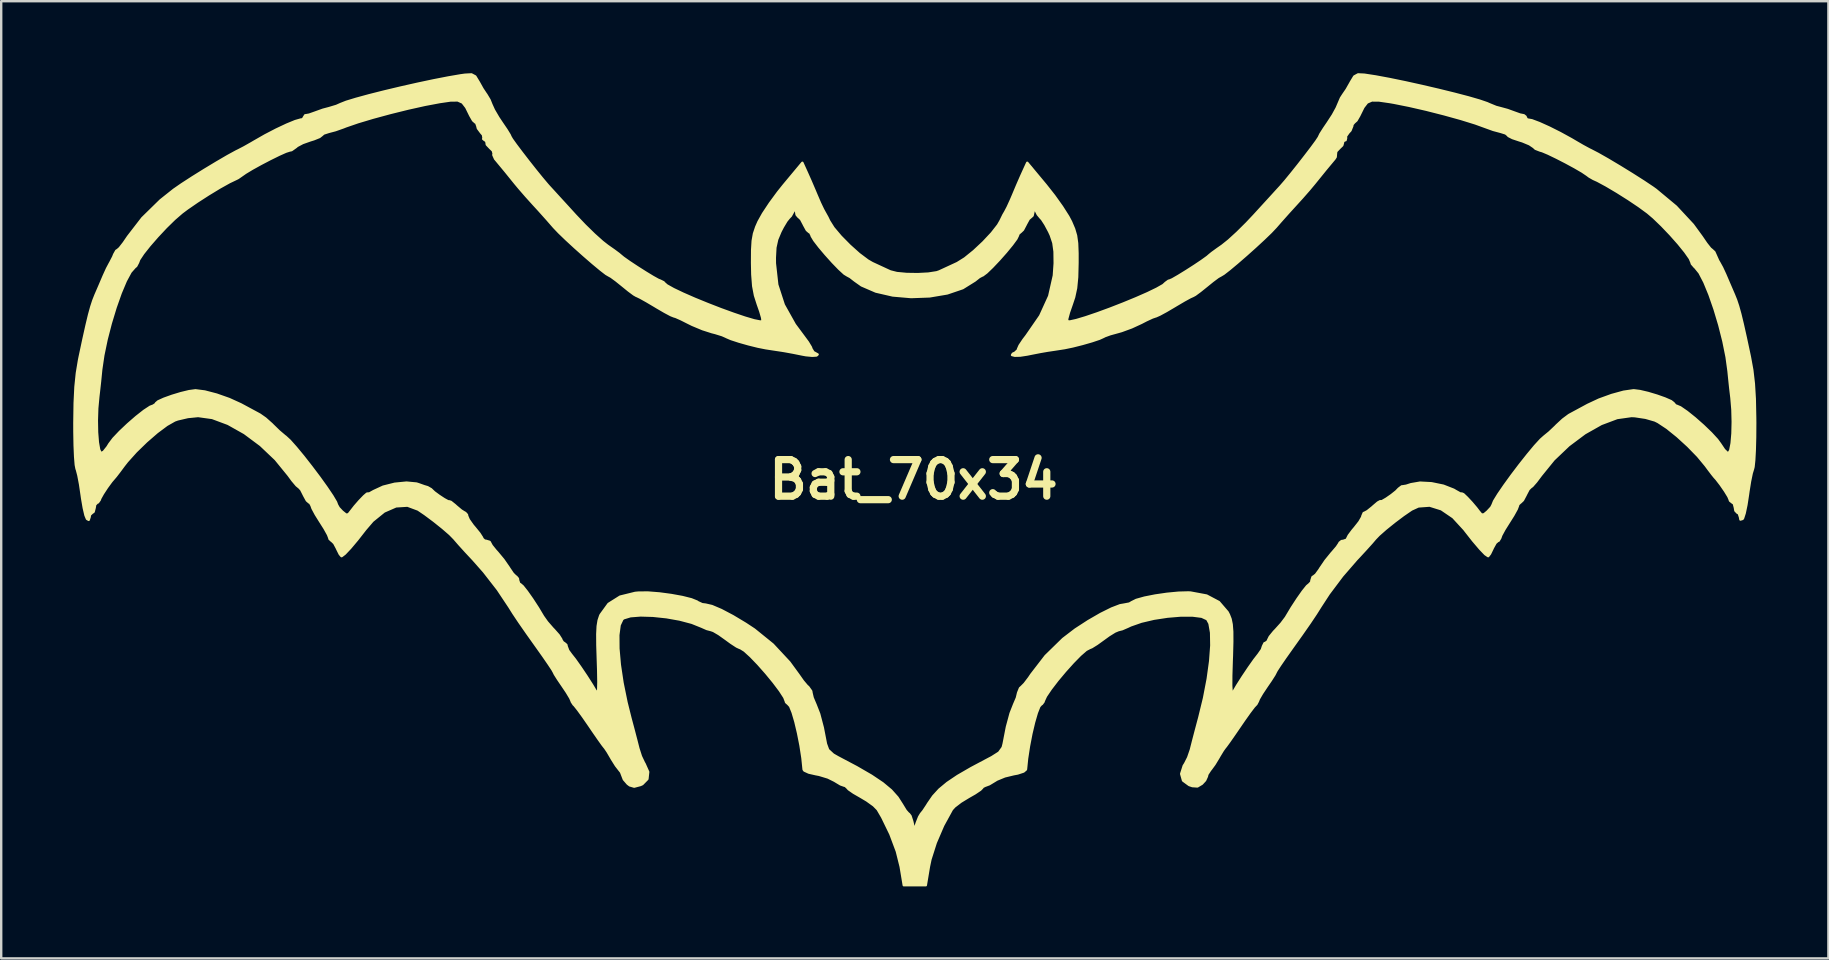
<source format=kicad_pcb>
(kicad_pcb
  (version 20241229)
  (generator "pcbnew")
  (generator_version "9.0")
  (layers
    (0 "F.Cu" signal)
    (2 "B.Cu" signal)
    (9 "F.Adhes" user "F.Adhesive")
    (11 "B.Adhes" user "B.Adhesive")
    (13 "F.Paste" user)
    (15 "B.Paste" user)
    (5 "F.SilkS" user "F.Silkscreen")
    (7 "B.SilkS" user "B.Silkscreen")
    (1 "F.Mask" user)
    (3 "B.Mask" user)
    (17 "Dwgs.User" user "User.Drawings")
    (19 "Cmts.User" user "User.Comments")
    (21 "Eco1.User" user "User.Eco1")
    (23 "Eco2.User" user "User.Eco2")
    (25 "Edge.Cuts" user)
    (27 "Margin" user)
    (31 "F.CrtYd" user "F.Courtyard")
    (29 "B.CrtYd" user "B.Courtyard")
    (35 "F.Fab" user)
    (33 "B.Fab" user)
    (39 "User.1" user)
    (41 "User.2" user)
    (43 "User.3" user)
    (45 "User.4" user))
  (footprint "Bat_70x34"
    (layer "F.Cu")
    (at 35.009 16.932)
    (property "Reference" "Bat_70x34" (at 0 0 0) (layer "F.SilkS") (effects (font (size 1.524 1.524) (thickness 0.3))))
    (attr exclude_from_pos_files exclude_from_bom)
    (fp_circle (center -34.4 1.2) (end -34.3 1.2) (stroke (width 0.15) (type solid)) (fill no) (layer "F.SilkS"))
    (fp_circle (center -32.6 -9.6) (end -32.6 -9.8) (stroke (width 0.15) (type solid)) (fill no) (layer "F.SilkS"))
    (fp_circle (center -30.1 -3.5) (end -30 -3.4) (stroke (width 0.15) (type solid)) (fill no) (layer "F.SilkS"))
    (fp_circle (center -23.8 2.9) (end -23.8 2.8) (stroke (width 0.15) (type solid)) (fill no) (layer "F.SilkS"))
    (fp_circle (center -21 0.4) (end -21.1 0.5) (stroke (width 0.15) (type solid)) (fill no) (layer "F.SilkS"))
    (fp_circle (center -18.6 -16.6) (end -18.7 -16.5) (stroke (width 0.15) (type solid)) (fill no) (layer "F.SilkS"))
    (fp_circle (center -12.5 5.4) (end -12.3 5.4) (stroke (width 0.15) (type solid)) (fill no) (layer "F.SilkS"))
    (fp_circle (center -11.6 12.4) (end -11.6 12.3) (stroke (width 0.15) (type solid)) (fill no) (layer "F.SilkS"))
    (fp_circle (center -4.7 -12.7) (end -4.7 -12.6) (stroke (width 0.15) (type solid)) (fill no) (layer "F.SilkS"))
    (fp_circle (center -4.7 -5.5) (end -4.8 -5.6) (stroke (width 0.15) (type solid)) (fill no) (layer "F.SilkS"))
    (fp_circle (center -4.2 11.7) (end -4.1 11.8) (stroke (width 0.15) (type solid)) (fill no) (layer "F.SilkS"))
    (fp_circle (center 0.1 -7.8) (end 0.1 -7.9) (stroke (width 0.15) (type solid)) (fill no) (layer "F.SilkS"))
    (fp_circle (center 0.1 16.5) (end 0 16.4) (stroke (width 0.15) (type solid)) (fill no) (layer "F.SilkS"))
    (fp_circle (center 4.3 11.7) (end 4.1 11.6) (stroke (width 0.15) (type solid)) (fill no) (layer "F.SilkS"))
    (fp_circle (center 4.5 -5.4) (end 4.6 -5.4) (stroke (width 0.15) (type solid)) (fill no) (layer "F.SilkS"))
    (fp_circle (center 4.8 -12.9) (end 4.8 -12.8) (stroke (width 0.15) (type solid)) (fill no) (layer "F.SilkS"))
    (fp_circle (center 11.8 12.2) (end 11.7 12) (stroke (width 0.15) (type solid)) (fill no) (layer "F.SilkS"))
    (fp_circle (center 12.6 5.6) (end 12.4 5.6) (stroke (width 0.15) (type solid)) (fill no) (layer "F.SilkS"))
    (fp_circle (center 18.6 -16.6) (end 18.6 -16.5) (stroke (width 0.15) (type solid)) (fill no) (layer "F.SilkS"))
    (fp_circle (center 21.3 0.4) (end 21.3 0.5) (stroke (width 0.15) (type solid)) (fill no) (layer "F.SilkS"))
    (fp_circle (center 23.7 2.1) (end 23.9 2.2) (stroke (width 0.15) (type solid)) (fill no) (layer "F.SilkS"))
    (fp_circle (center 30 -3.3) (end 30 -3.1) (stroke (width 0.15) (type solid)) (fill no) (layer "F.SilkS"))
    (fp_circle (center 31.8 -10.7) (end 32 -10.7) (stroke (width 0.15) (type solid)) (fill no) (layer "F.SilkS"))
    (fp_circle (center 34.5 1.2) (end 34.4 1.2) (stroke (width 0.15) (type solid)) (fill no) (layer "F.SilkS"))
    (fp_poly (pts (xy 35.066 -2.363) (xy 35.062 -1.767) (xy 35.048 -1.236) (xy 35.025 -0.811) (xy 34.996 -0.532) (xy 34.976 -0.45) (xy 34.919 -0.263) (xy 34.85 0.073) (xy 34.783 0.494) (xy 34.764 0.631) (xy 34.699 1.054) (xy 34.627 1.398) (xy 34.56 1.606) (xy 34.541 1.636) (xy 34.452 1.663) (xy 34.433 1.562) (xy 34.382 1.408) (xy 34.327 1.382) (xy 34.241 1.293) (xy 34.221 1.169) (xy 34.176 0.996) (xy 34.131 0.967) (xy 34.131 -2.407) (xy 34.118 -2.915) (xy 34.077 -3.404) (xy 34.071 -3.454) (xy 34.029 -3.806) (xy 33.983 -4.247) (xy 33.956 -4.517) (xy 33.875 -5.109) (xy 33.743 -5.763) (xy 33.572 -6.439) (xy 33.374 -7.101) (xy 33.162 -7.71) (xy 32.949 -8.228) (xy 32.746 -8.618) (xy 32.566 -8.84) (xy 32.547 -8.853) (xy 32.426 -8.993) (xy 32.414 -9.044) (xy 32.343 -9.211) (xy 32.15 -9.487) (xy 31.87 -9.833) (xy 31.534 -10.212) (xy 31.177 -10.586) (xy 30.832 -10.918) (xy 30.589 -11.125) (xy 30.23 -11.388) (xy 29.785 -11.687) (xy 29.311 -11.986) (xy 28.862 -12.252) (xy 28.494 -12.451) (xy 28.323 -12.528) (xy 28.154 -12.625) (xy 28.057 -12.698) (xy 27.86 -12.831) (xy 27.547 -13.013) (xy 27.171 -13.217) (xy 26.785 -13.415) (xy 26.441 -13.581) (xy 26.192 -13.686) (xy 26.104 -13.71) (xy 25.914 -13.784) (xy 25.836 -13.856) (xy 25.664 -13.972) (xy 25.374 -14.093) (xy 25.239 -14.135) (xy 24.957 -14.229) (xy 24.786 -14.316) (xy 24.762 -14.348) (xy 24.671 -14.423) (xy 24.47 -14.486) (xy 24.15 -14.572) (xy 23.859 -14.677) (xy 23.407 -14.841) (xy 22.804 -15.028) (xy 22.104 -15.222) (xy 21.366 -15.41) (xy 20.646 -15.575) (xy 20.001 -15.704) (xy 19.844 -15.731) (xy 19.393 -15.796) (xy 19.096 -15.798) (xy 18.897 -15.712) (xy 18.743 -15.513) (xy 18.577 -15.177) (xy 18.575 -15.171) (xy 18.456 -14.964) (xy 18.36 -14.879) (xy 18.287 -14.793) (xy 18.279 -14.732) (xy 18.205 -14.546) (xy 18.121 -14.455) (xy 18.016 -14.305) (xy 18.021 -14.229) (xy 18 -14.141) (xy 17.961 -14.135) (xy 17.884 -14.079) (xy 17.896 -14.048) (xy 17.863 -13.927) (xy 17.748 -13.816) (xy 17.612 -13.673) (xy 17.6 -13.585) (xy 17.588 -13.442) (xy 17.539 -13.366) (xy 17.174 -12.928) (xy 16.775 -12.435) (xy 16.707 -12.351) (xy 16.482 -12.081) (xy 16.184 -11.741) (xy 15.946 -11.479) (xy 15.62 -11.121) (xy 15.287 -10.747) (xy 15.091 -10.522) (xy 14.891 -10.31) (xy 14.595 -10.025) (xy 14.239 -9.696) (xy 13.859 -9.356) (xy 13.489 -9.035) (xy 13.166 -8.765) (xy 12.924 -8.577) (xy 12.8 -8.502) (xy 12.797 -8.502) (xy 12.686 -8.439) (xy 12.465 -8.274) (xy 12.222 -8.077) (xy 11.946 -7.855) (xy 11.737 -7.701) (xy 11.647 -7.652) (xy 11.531 -7.6) (xy 11.282 -7.464) (xy 10.952 -7.27) (xy 10.881 -7.227) (xy 10.536 -7.024) (xy 10.26 -6.874) (xy 10.103 -6.804) (xy 10.091 -6.802) (xy 9.953 -6.755) (xy 9.696 -6.636) (xy 9.493 -6.531) (xy 9.09 -6.345) (xy 8.664 -6.189) (xy 8.504 -6.144) (xy 8.193 -6.058) (xy 7.968 -5.976) (xy 7.918 -5.949) (xy 7.744 -5.87) (xy 7.43 -5.765) (xy 7.04 -5.653) (xy 6.641 -5.552) (xy 6.3 -5.481) (xy 6.262 -5.475) (xy 5.9 -5.419) (xy 5.579 -5.371) (xy 5.279 -5.319) (xy 4.896 -5.244) (xy 4.738 -5.212) (xy 4.445 -5.167) (xy 4.22 -5.162) (xy 4.105 -5.191) (xy 4.141 -5.248) (xy 4.224 -5.284) (xy 4.348 -5.4) (xy 4.357 -5.445) (xy 4.419 -5.586) (xy 4.578 -5.825) (xy 4.707 -5.994) (xy 5.278 -6.821) (xy 5.654 -7.645) (xy 5.848 -8.502) (xy 5.883 -9.011) (xy 5.877 -9.5) (xy 5.827 -9.864) (xy 5.719 -10.186) (xy 5.65 -10.335) (xy 5.491 -10.632) (xy 5.353 -10.844) (xy 5.297 -10.904) (xy 5.177 -11.047) (xy 5.101 -11.196) (xy 5.008 -11.425) (xy 5.002 -11.186) (xy 4.961 -10.999) (xy 4.902 -10.946) (xy 4.801 -10.859) (xy 4.684 -10.646) (xy 4.676 -10.628) (xy 4.56 -10.408) (xy 4.456 -10.309) (xy 4.451 -10.309) (xy 4.362 -10.224) (xy 4.354 -10.176) (xy 4.285 -10.034) (xy 4.104 -9.788) (xy 3.852 -9.481) (xy 3.565 -9.157) (xy 3.283 -8.859) (xy 3.044 -8.629) (xy 2.885 -8.51) (xy 2.859 -8.502) (xy 2.742 -8.44) (xy 2.554 -8.292) (xy 2.05 -7.978) (xy 1.406 -7.759) (xy 0.672 -7.635) (xy -0.102 -7.607) (xy -0.866 -7.673) (xy -1.57 -7.835) (xy -2.164 -8.092) (xy -2.447 -8.292) (xy -2.638 -8.441) (xy -2.753 -8.502) (xy -2.879 -8.579) (xy -3.098 -8.78) (xy -3.371 -9.062) (xy -3.66 -9.383) (xy -3.927 -9.699) (xy -4.134 -9.968) (xy -4.241 -10.146) (xy -4.248 -10.176) (xy -4.31 -10.3) (xy -4.344 -10.309) (xy -4.445 -10.397) (xy -4.562 -10.61) (xy -4.57 -10.628) (xy -4.686 -10.847) (xy -4.79 -10.946) (xy -4.795 -10.946) (xy -4.871 -11.037) (xy -4.895 -11.186) (xy -4.902 -11.425) (xy -4.994 -11.196) (xy -5.11 -10.988) (xy -5.191 -10.904) (xy -5.294 -10.777) (xy -5.445 -10.525) (xy -5.544 -10.335) (xy -5.682 -10.004) (xy -5.756 -9.668) (xy -5.779 -9.244) (xy -5.777 -9.011) (xy -5.678 -8.12) (xy -5.406 -7.282) (xy -4.946 -6.46) (xy -4.6 -5.994) (xy -4.402 -5.726) (xy -4.276 -5.517) (xy -4.251 -5.445) (xy -4.167 -5.309) (xy -4.118 -5.284) (xy -3.995 -5.215) (xy -4.042 -5.172) (xy -4.219 -5.16) (xy -4.484 -5.185) (xy -4.632 -5.212) (xy -5.013 -5.289) (xy -5.364 -5.353) (xy -5.473 -5.371) (xy -5.817 -5.423) (xy -6.156 -5.475) (xy -6.484 -5.54) (xy -6.879 -5.638) (xy -7.274 -5.75) (xy -7.603 -5.857) (xy -7.799 -5.941) (xy -7.811 -5.949) (xy -7.973 -6.02) (xy -8.257 -6.108) (xy -8.398 -6.144) (xy -8.789 -6.269) (xy -9.22 -6.449) (xy -9.386 -6.531) (xy -9.686 -6.682) (xy -9.91 -6.781) (xy -9.985 -6.802) (xy -10.113 -6.853) (xy -10.37 -6.99) (xy -10.705 -7.185) (xy -10.774 -7.227) (xy -11.115 -7.429) (xy -11.384 -7.579) (xy -11.53 -7.65) (xy -11.541 -7.652) (xy -11.651 -7.715) (xy -11.872 -7.879) (xy -12.115 -8.077) (xy -12.391 -8.299) (xy -12.601 -8.453) (xy -12.691 -8.502) (xy -12.808 -8.57) (xy -13.044 -8.753) (xy -13.364 -9.019) (xy -13.732 -9.338) (xy -14.113 -9.678) (xy -14.471 -10.008) (xy -14.771 -10.297) (xy -14.977 -10.513) (xy -14.985 -10.522) (xy -15.268 -10.846) (xy -15.608 -11.226) (xy -15.84 -11.479) (xy -16.143 -11.815) (xy -16.431 -12.147) (xy -16.601 -12.351) (xy -16.997 -12.841) (xy -17.375 -13.297) (xy -17.433 -13.366) (xy -17.505 -13.527) (xy -17.494 -13.585) (xy -17.526 -13.705) (xy -17.642 -13.816) (xy -17.778 -13.96) (xy -17.789 -14.048) (xy -17.816 -14.129) (xy -17.854 -14.135) (xy -17.928 -14.195) (xy -17.915 -14.229) (xy -17.936 -14.364) (xy -18.015 -14.455) (xy -18.149 -14.635) (xy -18.173 -14.732) (xy -18.22 -14.865) (xy -18.254 -14.879) (xy -18.35 -14.965) (xy -18.468 -15.171) (xy -18.634 -15.509) (xy -18.789 -15.71) (xy -18.986 -15.798) (xy -19.281 -15.797) (xy -19.729 -15.732) (xy -19.737 -15.731) (xy -20.352 -15.615) (xy -21.057 -15.458) (xy -21.796 -15.275) (xy -22.512 -15.081) (xy -23.147 -14.891) (xy -23.647 -14.719) (xy -23.753 -14.677) (xy -24.084 -14.56) (xy -24.364 -14.486) (xy -24.575 -14.418) (xy -24.656 -14.348) (xy -24.749 -14.275) (xy -24.983 -14.181) (xy -25.132 -14.135) (xy -25.446 -14.024) (xy -25.678 -13.901) (xy -25.73 -13.856) (xy -25.911 -13.728) (xy -25.998 -13.71) (xy -26.151 -13.661) (xy -26.435 -13.534) (xy -26.798 -13.355) (xy -27.187 -13.152) (xy -27.549 -12.952) (xy -27.831 -12.782) (xy -27.951 -12.698) (xy -28.139 -12.567) (xy -28.216 -12.528) (xy -28.501 -12.392) (xy -28.904 -12.167) (xy -29.368 -11.885) (xy -29.838 -11.582) (xy -30.259 -11.292) (xy -30.482 -11.125) (xy -30.795 -10.854) (xy -31.145 -10.511) (xy -31.5 -10.132) (xy -31.827 -9.757) (xy -32.092 -9.423) (xy -32.262 -9.167) (xy -32.308 -9.044) (xy -32.386 -8.897) (xy -32.441 -8.853) (xy -32.618 -8.652) (xy -32.819 -8.28) (xy -33.032 -7.774) (xy -33.244 -7.174) (xy -33.444 -6.516) (xy -33.619 -5.839) (xy -33.756 -5.181) (xy -33.844 -4.58) (xy -33.85 -4.517) (xy -33.893 -4.082) (xy -33.94 -3.659) (xy -33.964 -3.454) (xy -34.009 -2.97) (xy -34.025 -2.462) (xy -34.016 -1.974) (xy -33.983 -1.554) (xy -33.93 -1.248) (xy -33.858 -1.103) (xy -33.849 -1.099) (xy -33.738 -1.162) (xy -33.58 -1.36) (xy -33.503 -1.485) (xy -33.335 -1.708) (xy -33.064 -1.994) (xy -32.732 -2.308) (xy -32.383 -2.611) (xy -32.059 -2.866) (xy -31.804 -3.034) (xy -31.676 -3.082) (xy -31.568 -3.153) (xy -31.564 -3.179) (xy -31.47 -3.26) (xy -31.227 -3.37) (xy -30.893 -3.49) (xy -30.527 -3.601) (xy -30.185 -3.684) (xy -29.927 -3.719) (xy -29.911 -3.72) (xy -29.527 -3.671) (xy -29.035 -3.542) (xy -28.51 -3.357) (xy -28.028 -3.138) (xy -27.981 -3.113) (xy -27.643 -2.931) (xy -27.346 -2.771) (xy -27.232 -2.709) (xy -27.001 -2.547) (xy -26.737 -2.312) (xy -26.689 -2.263) (xy -26.435 -2.016) (xy -26.198 -1.815) (xy -26.162 -1.789) (xy -25.984 -1.625) (xy -25.727 -1.336) (xy -25.417 -0.961) (xy -25.084 -0.535) (xy -24.753 -0.096) (xy -24.454 0.321) (xy -24.214 0.677) (xy -24.06 0.937) (xy -24.018 1.052) (xy -23.947 1.178) (xy -23.803 1.331) (xy -23.639 1.462) (xy -23.538 1.443) (xy -23.442 1.321) (xy -23.279 1.112) (xy -23.083 0.887) (xy -22.898 0.695) (xy -22.772 0.585) (xy -22.743 0.581) (xy -22.668 0.576) (xy -22.491 0.477) (xy -22.098 0.295) (xy -21.614 0.173) (xy -21.122 0.125) (xy -20.707 0.164) (xy -20.618 0.192) (xy -20.379 0.277) (xy -20.246 0.316) (xy -20.095 0.403) (xy -20.086 0.414) (xy -19.968 0.526) (xy -19.769 0.673) (xy -19.556 0.813) (xy -19.393 0.902) (xy -19.342 0.906) (xy -19.275 0.927) (xy -19.107 1.061) (xy -19.051 1.112) (xy -18.841 1.288) (xy -18.695 1.378) (xy -18.679 1.382) (xy -18.603 1.466) (xy -18.597 1.514) (xy -18.53 1.67) (xy -18.364 1.905) (xy -18.278 2.007) (xy -18.086 2.243) (xy -17.973 2.419) (xy -17.961 2.459) (xy -17.874 2.54) (xy -17.801 2.551) (xy -17.659 2.594) (xy -17.641 2.63) (xy -17.575 2.751) (xy -17.409 2.957) (xy -17.343 3.029) (xy -17.087 3.337) (xy -16.861 3.663) (xy -16.843 3.693) (xy -16.691 3.917) (xy -16.573 4.034) (xy -16.556 4.038) (xy -16.482 4.125) (xy -16.473 4.198) (xy -16.424 4.339) (xy -16.382 4.357) (xy -16.283 4.441) (xy -16.107 4.663) (xy -15.885 4.978) (xy -15.648 5.342) (xy -15.433 5.702) (xy -15.268 5.935) (xy -15.033 6.205) (xy -14.981 6.258) (xy -14.784 6.48) (xy -14.674 6.653) (xy -14.666 6.687) (xy -14.59 6.797) (xy -14.56 6.802) (xy -14.462 6.886) (xy -14.454 6.941) (xy -14.387 7.12) (xy -14.266 7.286) (xy -14.106 7.489) (xy -13.879 7.81) (xy -13.626 8.186) (xy -13.391 8.554) (xy -13.215 8.85) (xy -13.205 8.869) (xy -13.161 8.891) (xy -13.136 8.75) (xy -13.128 8.434) (xy -13.137 7.928) (xy -13.15 7.535) (xy -13.17 6.9) (xy -13.173 6.437) (xy -13.157 6.105) (xy -13.118 5.865) (xy -13.056 5.677) (xy -13.033 5.627) (xy -12.707 5.178) (xy -12.227 4.876) (xy -11.595 4.72) (xy -11.439 4.706) (xy -11.054 4.705) (xy -10.587 4.742) (xy -10.094 4.808) (xy -9.631 4.892) (xy -9.254 4.987) (xy -9.018 5.082) (xy -8.986 5.107) (xy -8.804 5.19) (xy -8.66 5.208) (xy -8.399 5.268) (xy -8.009 5.434) (xy -7.529 5.687) (xy -7 6.004) (xy -6.636 6.244) (xy -5.865 6.868) (xy -5.173 7.61) (xy -4.799 8.122) (xy -4.606 8.396) (xy -4.439 8.594) (xy -4.385 8.64) (xy -4.262 8.813) (xy -4.251 8.885) (xy -4.204 9.086) (xy -4.092 9.352) (xy -4.088 9.359) (xy -3.931 9.76) (xy -3.78 10.334) (xy -3.649 11.01) (xy -3.558 11.259) (xy -3.346 11.455) (xy -3.152 11.566) (xy -2.369 11.98) (xy -1.756 12.335) (xy -1.287 12.65) (xy -0.933 12.945) (xy -0.669 13.241) (xy -0.467 13.557) (xy -0.466 13.56) (xy -0.324 13.792) (xy -0.214 13.916) (xy -0.197 13.922) (xy -0.126 14.014) (xy -0.053 14.238) (xy -0.046 14.268) (xy 0.032 14.613) (xy 0.138 14.294) (xy 0.233 14.055) (xy 0.313 13.923) (xy 0.314 13.922) (xy 0.409 13.805) (xy 0.56 13.577) (xy 0.609 13.497) (xy 0.82 13.191) (xy 1.076 12.911) (xy 1.406 12.637) (xy 1.838 12.346) (xy 2.404 12.018) (xy 3.131 11.632) (xy 3.258 11.566) (xy 3.563 11.372) (xy 3.715 11.161) (xy 3.755 11.01) (xy 3.892 10.306) (xy 4.045 9.738) (xy 4.194 9.359) (xy 4.308 9.093) (xy 4.357 8.888) (xy 4.357 8.885) (xy 4.437 8.688) (xy 4.491 8.64) (xy 4.626 8.505) (xy 4.813 8.259) (xy 4.905 8.122) (xy 5.502 7.348) (xy 6.23 6.637) (xy 6.743 6.244) (xy 7.281 5.895) (xy 7.799 5.596) (xy 8.254 5.37) (xy 8.606 5.235) (xy 8.766 5.208) (xy 8.996 5.164) (xy 9.092 5.107) (xy 9.28 5.013) (xy 9.624 4.917) (xy 10.069 4.829) (xy 10.559 4.758) (xy 11.039 4.712) (xy 11.452 4.701) (xy 11.545 4.706) (xy 12.21 4.83) (xy 12.723 5.101) (xy 13.082 5.518) (xy 13.139 5.627) (xy 13.209 5.808) (xy 13.254 6.029) (xy 13.277 6.33) (xy 13.279 6.751) (xy 13.264 7.332) (xy 13.256 7.535) (xy 13.237 8.159) (xy 13.235 8.586) (xy 13.25 8.828) (xy 13.283 8.901) (xy 13.311 8.869) (xy 13.48 8.582) (xy 13.712 8.217) (xy 13.965 7.84) (xy 14.196 7.512) (xy 14.363 7.297) (xy 14.372 7.286) (xy 14.515 7.08) (xy 14.56 6.941) (xy 14.624 6.813) (xy 14.666 6.802) (xy 14.768 6.72) (xy 14.772 6.687) (xy 14.842 6.546) (xy 15.016 6.332) (xy 15.088 6.258) (xy 15.326 5.994) (xy 15.514 5.744) (xy 15.539 5.702) (xy 15.76 5.333) (xy 15.997 4.97) (xy 16.218 4.656) (xy 16.393 4.437) (xy 16.489 4.357) (xy 16.569 4.271) (xy 16.579 4.198) (xy 16.624 4.056) (xy 16.662 4.038) (xy 16.765 3.956) (xy 16.914 3.751) (xy 16.949 3.693) (xy 17.166 3.374) (xy 17.424 3.057) (xy 17.45 3.029) (xy 17.636 2.811) (xy 17.74 2.656) (xy 17.748 2.63) (xy 17.835 2.56) (xy 17.908 2.551) (xy 18.049 2.501) (xy 18.067 2.459) (xy 18.132 2.33) (xy 18.295 2.112) (xy 18.384 2.007) (xy 18.577 1.761) (xy 18.691 1.564) (xy 18.703 1.514) (xy 18.756 1.391) (xy 18.785 1.382) (xy 18.909 1.316) (xy 19.112 1.153) (xy 19.157 1.112) (xy 19.343 0.954) (xy 19.443 0.899) (xy 19.449 0.906) (xy 19.521 0.896) (xy 19.696 0.794) (xy 19.912 0.644) (xy 20.108 0.488) (xy 20.215 0.377) (xy 20.342 0.281) (xy 20.375 0.28) (xy 20.528 0.255) (xy 20.724 0.192) (xy 21.102 0.127) (xy 21.581 0.152) (xy 22.076 0.254) (xy 22.502 0.421) (xy 22.597 0.477) (xy 22.776 0.577) (xy 22.849 0.581) (xy 22.91 0.608) (xy 23.059 0.75) (xy 23.253 0.958) (xy 23.444 1.183) (xy 23.549 1.321) (xy 23.665 1.459) (xy 23.772 1.446) (xy 23.909 1.331) (xy 24.069 1.159) (xy 24.125 1.052) (xy 24.188 0.896) (xy 24.361 0.614) (xy 24.615 0.243) (xy 24.922 -0.181) (xy 25.255 -0.62) (xy 25.587 -1.039) (xy 25.888 -1.401) (xy 26.132 -1.667) (xy 26.269 -1.789) (xy 26.49 -1.97) (xy 26.749 -2.215) (xy 26.795 -2.263) (xy 27.053 -2.502) (xy 27.3 -2.686) (xy 27.339 -2.709) (xy 27.571 -2.834) (xy 27.897 -3.01) (xy 28.087 -3.113) (xy 28.56 -3.334) (xy 29.084 -3.524) (xy 29.584 -3.661) (xy 29.983 -3.719) (xy 30.017 -3.72) (xy 30.265 -3.689) (xy 30.602 -3.61) (xy 30.969 -3.5) (xy 31.308 -3.38) (xy 31.561 -3.269) (xy 31.67 -3.184) (xy 31.67 -3.179) (xy 31.752 -3.086) (xy 31.782 -3.082) (xy 31.95 -3.011) (xy 32.221 -2.824) (xy 32.553 -2.558) (xy 32.902 -2.25) (xy 33.226 -1.938) (xy 33.481 -1.661) (xy 33.609 -1.485) (xy 33.773 -1.241) (xy 33.912 -1.108) (xy 33.955 -1.099) (xy 34.029 -1.224) (xy 34.085 -1.515) (xy 34.12 -1.924) (xy 34.131 -2.407) (xy 34.131 0.967) (xy 34.115 0.956) (xy 34.013 0.875) (xy 34.008 0.843) (xy 33.951 0.708) (xy 33.808 0.474) (xy 33.625 0.209) (xy 33.449 -0.02) (xy 33.371 -0.106) (xy 33.281 -0.217) (xy 33.113 -0.438) (xy 33.005 -0.585) (xy 32.678 -0.98) (xy 32.267 -1.402) (xy 31.821 -1.809) (xy 31.39 -2.156) (xy 31.02 -2.4) (xy 30.889 -2.465) (xy 30.501 -2.577) (xy 30.057 -2.644) (xy 29.911 -2.651) (xy 29.313 -2.567) (xy 28.653 -2.319) (xy 27.968 -1.932) (xy 27.296 -1.429) (xy 26.673 -0.836) (xy 26.145 -0.186) (xy 25.941 0.086) (xy 25.781 0.269) (xy 25.714 0.319) (xy 25.626 0.406) (xy 25.514 0.619) (xy 25.506 0.638) (xy 25.39 0.857) (xy 25.286 0.956) (xy 25.281 0.956) (xy 25.192 1.04) (xy 25.187 1.078) (xy 25.132 1.225) (xy 24.988 1.486) (xy 24.815 1.761) (xy 24.621 2.07) (xy 24.486 2.318) (xy 24.444 2.436) (xy 24.377 2.546) (xy 24.35 2.551) (xy 24.25 2.638) (xy 24.132 2.851) (xy 24.125 2.869) (xy 24.019 3.088) (xy 23.942 3.188) (xy 23.938 3.188) (xy 23.819 3.107) (xy 23.604 2.883) (xy 23.317 2.546) (xy 22.987 2.126) (xy 22.944 2.07) (xy 22.482 1.568) (xy 21.993 1.235) (xy 21.502 1.082) (xy 21.033 1.116) (xy 20.747 1.247) (xy 20.41 1.478) (xy 20.034 1.761) (xy 19.673 2.052) (xy 19.385 2.306) (xy 19.236 2.461) (xy 19.09 2.632) (xy 18.844 2.905) (xy 18.544 3.23) (xy 18.454 3.325) (xy 17.861 4.009) (xy 17.303 4.752) (xy 16.95 5.294) (xy 16.763 5.591) (xy 16.51 5.969) (xy 16.169 6.458) (xy 15.756 7.038) (xy 15.485 7.421) (xy 15.267 7.738) (xy 15.128 7.952) (xy 15.091 8.022) (xy 15.035 8.132) (xy 14.888 8.362) (xy 14.719 8.608) (xy 14.522 8.904) (xy 14.387 9.135) (xy 14.347 9.236) (xy 14.278 9.365) (xy 14.268 9.37) (xy 14.177 9.468) (xy 13.999 9.703) (xy 13.764 10.035) (xy 13.613 10.256) (xy 13.359 10.626) (xy 13.149 10.927) (xy 13.011 11.116) (xy 12.975 11.159) (xy 12.888 11.279) (xy 12.748 11.51) (xy 12.706 11.584) (xy 12.537 11.862) (xy 12.384 12.071) (xy 12.361 12.097) (xy 12.241 12.281) (xy 12.222 12.365) (xy 12.148 12.527) (xy 12.016 12.67) (xy 11.829 12.782) (xy 11.617 12.768) (xy 11.484 12.723) (xy 11.23 12.537) (xy 11.152 12.258) (xy 11.258 11.924) (xy 11.315 11.834) (xy 11.443 11.582) (xy 11.557 11.252) (xy 11.57 11.199) (xy 11.647 10.896) (xy 11.758 10.471) (xy 11.881 10.009) (xy 11.901 9.937) (xy 12.104 9.105) (xy 12.258 8.304) (xy 12.36 7.562) (xy 12.408 6.91) (xy 12.399 6.377) (xy 12.332 5.994) (xy 12.235 5.816) (xy 12.008 5.711) (xy 11.624 5.662) (xy 11.133 5.662) (xy 10.582 5.708) (xy 10.018 5.794) (xy 9.491 5.918) (xy 9.048 6.073) (xy 8.932 6.128) (xy 8.692 6.232) (xy 8.537 6.27) (xy 8.39 6.331) (xy 8.139 6.487) (xy 7.925 6.642) (xy 7.645 6.844) (xy 7.429 6.979) (xy 7.344 7.014) (xy 7.191 7.094) (xy 6.946 7.307) (xy 6.644 7.615) (xy 6.316 7.98) (xy 5.997 8.361) (xy 5.72 8.722) (xy 5.517 9.023) (xy 5.423 9.226) (xy 5.42 9.251) (xy 5.347 9.35) (xy 5.329 9.352) (xy 5.241 9.451) (xy 5.136 9.717) (xy 5.022 10.11) (xy 4.909 10.587) (xy 4.809 11.106) (xy 4.73 11.624) (xy 4.684 12.077) (xy 4.584 12.162) (xy 4.339 12.242) (xy 4.173 12.273) (xy 3.802 12.363) (xy 3.472 12.499) (xy 3.387 12.551) (xy 3.156 12.691) (xy 2.99 12.753) (xy 2.986 12.753) (xy 2.874 12.81) (xy 2.869 12.833) (xy 2.783 12.921) (xy 2.559 13.071) (xy 2.302 13.218) (xy 1.972 13.419) (xy 1.71 13.62) (xy 1.6 13.74) (xy 1.234 14.408) (xy 0.925 15.128) (xy 0.705 15.818) (xy 0.64 16.127) (xy 0.512 16.898) (xy 0.053 16.898) (xy -0.406 16.898) (xy -0.534 16.127) (xy -0.694 15.486) (xy -0.962 14.77) (xy -1.304 14.065) (xy -1.494 13.74) (xy -1.658 13.573) (xy -1.944 13.367) (xy -2.195 13.218) (xy -2.495 13.045) (xy -2.701 12.902) (xy -2.763 12.833) (xy -2.846 12.757) (xy -2.88 12.753) (xy -3.041 12.696) (xy -3.271 12.558) (xy -3.28 12.551) (xy -3.564 12.41) (xy -3.934 12.298) (xy -4.067 12.273) (xy -4.362 12.206) (xy -4.547 12.121) (xy -4.578 12.077) (xy -4.627 11.598) (xy -4.707 11.079) (xy -4.809 10.562) (xy -4.921 10.088) (xy -5.035 9.701) (xy -5.14 9.441) (xy -5.222 9.352) (xy -5.312 9.272) (xy -5.314 9.251) (xy -5.382 9.073) (xy -5.566 8.789) (xy -5.831 8.437) (xy -6.144 8.056) (xy -6.472 7.685) (xy -6.782 7.363) (xy -7.041 7.127) (xy -7.215 7.018) (xy -7.237 7.014) (xy -7.367 6.954) (xy -7.604 6.799) (xy -7.819 6.642) (xy -8.104 6.439) (xy -8.334 6.304) (xy -8.431 6.27) (xy -8.611 6.223) (xy -8.826 6.128) (xy -9.232 5.964) (xy -9.738 5.83) (xy -10.295 5.731) (xy -10.856 5.672) (xy -11.371 5.657) (xy -11.794 5.69) (xy -12.076 5.776) (xy -12.129 5.816) (xy -12.245 6.06) (xy -12.3 6.476) (xy -12.296 7.036) (xy -12.237 7.71) (xy -12.124 8.466) (xy -11.959 9.276) (xy -11.794 9.937) (xy -11.671 10.397) (xy -11.557 10.833) (xy -11.473 11.162) (xy -11.464 11.199) (xy -11.358 11.53) (xy -11.228 11.804) (xy -11.208 11.834) (xy -11.055 12.177) (xy -11.087 12.473) (xy -11.297 12.686) (xy -11.378 12.723) (xy -11.637 12.791) (xy -11.822 12.737) (xy -11.91 12.67) (xy -12.067 12.489) (xy -12.115 12.365) (xy -12.184 12.185) (xy -12.254 12.097) (xy -12.396 11.914) (xy -12.567 11.642) (xy -12.6 11.584) (xy -12.746 11.335) (xy -12.853 11.177) (xy -12.869 11.159) (xy -12.952 11.053) (xy -13.124 10.812) (xy -13.356 10.477) (xy -13.506 10.256) (xy -13.761 9.887) (xy -13.976 9.591) (xy -14.121 9.408) (xy -14.161 9.37) (xy -14.24 9.249) (xy -14.241 9.236) (xy -14.298 9.103) (xy -14.446 8.856) (xy -14.613 8.608) (xy -14.809 8.32) (xy -14.944 8.106) (xy -14.985 8.022) (xy -15.043 7.917) (xy -15.201 7.679) (xy -15.432 7.344) (xy -15.649 7.038) (xy -16.09 6.418) (xy -16.424 5.938) (xy -16.672 5.567) (xy -16.843 5.294) (xy -17.322 4.575) (xy -17.896 3.837) (xy -18.348 3.325) (xy -18.656 2.995) (xy -18.922 2.702) (xy -19.101 2.496) (xy -19.13 2.461) (xy -19.312 2.275) (xy -19.614 2.013) (xy -19.98 1.72) (xy -20.354 1.441) (xy -20.64 1.247) (xy -21.082 1.083) (xy -21.561 1.113) (xy -22.054 1.328) (xy -22.537 1.719) (xy -22.838 2.07) (xy -23.172 2.498) (xy -23.465 2.847) (xy -23.691 3.086) (xy -23.823 3.187) (xy -23.832 3.188) (xy -23.905 3.101) (xy -24.01 2.89) (xy -24.018 2.869) (xy -24.135 2.65) (xy -24.238 2.551) (xy -24.244 2.551) (xy -24.333 2.468) (xy -24.337 2.436) (xy -24.392 2.293) (xy -24.536 2.034) (xy -24.709 1.761) (xy -24.904 1.449) (xy -25.038 1.199) (xy -25.081 1.078) (xy -25.145 0.963) (xy -25.175 0.956) (xy -25.275 0.869) (xy -25.392 0.656) (xy -25.4 0.638) (xy -25.511 0.419) (xy -25.603 0.319) (xy -25.607 0.319) (xy -25.704 0.239) (xy -25.878 0.032) (xy -26.038 -0.186) (xy -26.576 -0.846) (xy -27.2 -1.438) (xy -27.873 -1.939) (xy -28.557 -2.324) (xy -29.217 -2.57) (xy -29.805 -2.651) (xy -30.231 -2.609) (xy -30.657 -2.51) (xy -30.782 -2.465) (xy -31.108 -2.28) (xy -31.518 -1.974) (xy -31.963 -1.588) (xy -32.396 -1.167) (xy -32.766 -0.755) (xy -32.899 -0.585) (xy -33.09 -0.328) (xy -33.228 -0.149) (xy -33.264 -0.106) (xy -33.417 0.073) (xy -33.602 0.326) (xy -33.772 0.586) (xy -33.883 0.785) (xy -33.902 0.843) (xy -33.979 0.952) (xy -34.008 0.956) (xy -34.095 1.045) (xy -34.115 1.169) (xy -34.159 1.342) (xy -34.221 1.382) (xy -34.312 1.469) (xy -34.327 1.562) (xy -34.364 1.676) (xy -34.435 1.636) (xy -34.497 1.486) (xy -34.568 1.182) (xy -34.637 0.78) (xy -34.658 0.631) (xy -34.722 0.196) (xy -34.792 -0.173) (xy -34.854 -0.412) (xy -34.869 -0.45) (xy -34.901 -0.616) (xy -34.928 -0.953) (xy -34.948 -1.422) (xy -34.958 -1.982) (xy -34.959 -2.363) (xy -34.947 -3.191) (xy -34.914 -3.865) (xy -34.855 -4.441) (xy -34.766 -4.976) (xy -34.741 -5.101) (xy -34.581 -5.853) (xy -34.452 -6.431) (xy -34.347 -6.869) (xy -34.256 -7.2) (xy -34.171 -7.461) (xy -34.083 -7.684) (xy -34.074 -7.705) (xy -33.912 -8.079) (xy -33.754 -8.449) (xy -33.731 -8.502) (xy -33.599 -8.792) (xy -33.481 -9.014) (xy -33.469 -9.033) (xy -33.341 -9.28) (xy -33.302 -9.379) (xy -33.214 -9.536) (xy -33.164 -9.565) (xy -33.071 -9.647) (xy -32.904 -9.862) (xy -32.726 -10.123) (xy -32.131 -10.894) (xy -31.372 -11.637) (xy -30.82 -12.076) (xy -30.488 -12.306) (xy -30.045 -12.593) (xy -29.543 -12.906) (xy -29.037 -13.211) (xy -28.58 -13.478) (xy -28.223 -13.673) (xy -28.115 -13.726) (xy -27.89 -13.843) (xy -27.586 -14.015) (xy -27.472 -14.082) (xy -27.015 -14.343) (xy -26.547 -14.586) (xy -26.114 -14.79) (xy -25.759 -14.936) (xy -25.526 -15.002) (xy -25.48 -15.002) (xy -25.403 -15.065) (xy -25.4 -15.091) (xy -25.341 -15.181) (xy -25.32 -15.18) (xy -25.176 -15.206) (xy -24.935 -15.291) (xy -24.922 -15.296) (xy -24.608 -15.409) (xy -24.347 -15.478) (xy -24.042 -15.57) (xy -23.869 -15.647) (xy -23.634 -15.74) (xy -23.229 -15.863) (xy -22.692 -16.01) (xy -22.063 -16.169) (xy -21.378 -16.332) (xy -20.678 -16.49) (xy -20 -16.634) (xy -19.384 -16.754) (xy -18.867 -16.843) (xy -18.686 -16.868) (xy -18.417 -16.882) (xy -18.258 -16.798) (xy -18.117 -16.565) (xy -18.115 -16.563) (xy -17.958 -16.281) (xy -17.814 -16.064) (xy -17.801 -16.048) (xy -17.664 -15.819) (xy -17.588 -15.629) (xy -17.483 -15.398) (xy -17.298 -15.081) (xy -17.15 -14.859) (xy -16.957 -14.575) (xy -16.827 -14.363) (xy -16.792 -14.284) (xy -16.73 -14.178) (xy -16.564 -13.946) (xy -16.325 -13.629) (xy -16.044 -13.265) (xy -15.752 -12.895) (xy -15.478 -12.557) (xy -15.253 -12.29) (xy -15.184 -12.212) (xy -15.011 -12.024) (xy -14.736 -11.722) (xy -14.396 -11.351) (xy -14.082 -11.006) (xy -13.694 -10.598) (xy -13.303 -10.216) (xy -12.959 -9.908) (xy -12.753 -9.747) (xy -12.478 -9.554) (xy -12.281 -9.408) (xy -12.222 -9.358) (xy -12.088 -9.247) (xy -11.833 -9.067) (xy -11.509 -8.853) (xy -11.166 -8.635) (xy -10.857 -8.447) (xy -10.632 -8.322) (xy -10.549 -8.29) (xy -10.41 -8.221) (xy -10.397 -8.199) (xy -10.277 -8.093) (xy -10 -7.938) (xy -9.601 -7.748) (xy -9.117 -7.536) (xy -8.581 -7.317) (xy -8.031 -7.103) (xy -7.5 -6.91) (xy -7.025 -6.749) (xy -6.641 -6.636) (xy -6.383 -6.585) (xy -6.289 -6.602) (xy -6.305 -6.742) (xy -6.384 -7.015) (xy -6.486 -7.305) (xy -6.604 -7.674) (xy -6.678 -8.064) (xy -6.715 -8.544) (xy -6.725 -9.033) (xy -6.722 -9.565) (xy -6.699 -9.949) (xy -6.646 -10.247) (xy -6.553 -10.525) (xy -6.456 -10.745) (xy -6.269 -11.08) (xy -5.984 -11.51) (xy -5.646 -11.97) (xy -5.406 -12.27) (xy -4.631 -13.2) (xy -4.445 -12.79) (xy -4.289 -12.439) (xy -4.111 -12.024) (xy -4.038 -11.85) (xy -3.895 -11.518) (xy -3.768 -11.253) (xy -3.716 -11.159) (xy -3.588 -10.929) (xy -3.515 -10.776) (xy -3.335 -10.489) (xy -3.032 -10.13) (xy -2.658 -9.751) (xy -2.266 -9.4) (xy -1.906 -9.13) (xy -1.719 -9.022) (xy -1.374 -8.862) (xy -1.069 -8.721) (xy -0.967 -8.674) (xy -0.694 -8.605) (xy -0.287 -8.567) (xy 0.177 -8.56) (xy 0.62 -8.583) (xy 0.966 -8.637) (xy 1.073 -8.674) (xy 1.322 -8.789) (xy 1.661 -8.946) (xy 1.825 -9.022) (xy 2.137 -9.217) (xy 2.515 -9.523) (xy 2.907 -9.89) (xy 3.26 -10.267) (xy 3.524 -10.605) (xy 3.622 -10.776) (xy 3.747 -11.031) (xy 3.822 -11.159) (xy 3.92 -11.345) (xy 4.058 -11.647) (xy 4.145 -11.85) (xy 4.313 -12.25) (xy 4.486 -12.646) (xy 4.551 -12.79) (xy 4.738 -13.2) (xy 5.512 -12.27) (xy 5.862 -11.826) (xy 6.188 -11.369) (xy 6.447 -10.962) (xy 6.562 -10.745) (xy 6.69 -10.444) (xy 6.771 -10.167) (xy 6.815 -9.85) (xy 6.831 -9.431) (xy 6.831 -9.033) (xy 6.816 -8.434) (xy 6.772 -7.979) (xy 6.69 -7.598) (xy 6.592 -7.305) (xy 6.475 -6.968) (xy 6.405 -6.711) (xy 6.395 -6.602) (xy 6.508 -6.586) (xy 6.779 -6.645) (xy 7.173 -6.763) (xy 7.655 -6.927) (xy 8.189 -7.123) (xy 8.74 -7.338) (xy 9.272 -7.557) (xy 9.75 -7.767) (xy 10.138 -7.955) (xy 10.402 -8.105) (xy 10.504 -8.199) (xy 10.625 -8.287) (xy 10.655 -8.29) (xy 10.781 -8.344) (xy 11.03 -8.487) (xy 11.352 -8.685) (xy 11.695 -8.905) (xy 12.007 -9.114) (xy 12.238 -9.28) (xy 12.328 -9.358) (xy 12.439 -9.448) (xy 12.668 -9.614) (xy 12.859 -9.747) (xy 13.128 -9.962) (xy 13.485 -10.288) (xy 13.88 -10.68) (xy 14.188 -11.006) (xy 14.55 -11.402) (xy 14.883 -11.766) (xy 15.147 -12.056) (xy 15.29 -12.212) (xy 15.486 -12.438) (xy 15.743 -12.752) (xy 16.032 -13.114) (xy 16.321 -13.486) (xy 16.581 -13.826) (xy 16.78 -14.097) (xy 16.887 -14.259) (xy 16.898 -14.284) (xy 16.954 -14.4) (xy 17.101 -14.631) (xy 17.256 -14.859) (xy 17.469 -15.186) (xy 17.633 -15.485) (xy 17.694 -15.629) (xy 17.809 -15.897) (xy 17.907 -16.048) (xy 18.045 -16.249) (xy 18.204 -16.529) (xy 18.222 -16.563) (xy 18.363 -16.796) (xy 18.521 -16.882) (xy 18.79 -16.869) (xy 18.792 -16.868) (xy 19.255 -16.797) (xy 19.834 -16.689) (xy 20.49 -16.554) (xy 21.186 -16.4) (xy 21.881 -16.238) (xy 22.539 -16.076) (xy 23.12 -15.924) (xy 23.586 -15.789) (xy 23.898 -15.682) (xy 23.975 -15.647) (xy 24.268 -15.527) (xy 24.454 -15.478) (xy 24.741 -15.4) (xy 25.028 -15.296) (xy 25.271 -15.209) (xy 25.423 -15.18) (xy 25.427 -15.18) (xy 25.504 -15.118) (xy 25.506 -15.091) (xy 25.566 -15.001) (xy 25.586 -15.002) (xy 25.761 -14.971) (xy 26.075 -14.853) (xy 26.485 -14.668) (xy 26.945 -14.437) (xy 27.411 -14.181) (xy 27.579 -14.082) (xy 27.887 -13.903) (xy 28.153 -13.759) (xy 28.221 -13.726) (xy 28.518 -13.572) (xy 28.94 -13.332) (xy 29.431 -13.039) (xy 29.941 -12.725) (xy 30.416 -12.423) (xy 30.802 -12.165) (xy 30.926 -12.076) (xy 31.764 -11.379) (xy 32.47 -10.62) (xy 32.833 -10.123) (xy 33.032 -9.832) (xy 33.192 -9.63) (xy 33.27 -9.565) (xy 33.363 -9.479) (xy 33.408 -9.379) (xy 33.522 -9.123) (xy 33.575 -9.033) (xy 33.686 -8.831) (xy 33.819 -8.544) (xy 33.837 -8.502) (xy 33.988 -8.15) (xy 34.154 -7.765) (xy 34.18 -7.705) (xy 34.269 -7.484) (xy 34.354 -7.228) (xy 34.444 -6.905) (xy 34.547 -6.479) (xy 34.673 -5.917) (xy 34.83 -5.183) (xy 34.847 -5.101) (xy 34.944 -4.567) (xy 35.009 -4.005) (xy 35.048 -3.36) (xy 35.064 -2.573) (xy 35.066 -2.363)) (stroke (width 0.1) (type solid)) (fill yes) (layer "F.SilkS")))
  (gr_rect
    (start -3 -3)
    (end 73.125 36.88)
    (stroke (width 0.1) (type default))
    (fill no)
    (layer "Edge.Cuts")))
</source>
